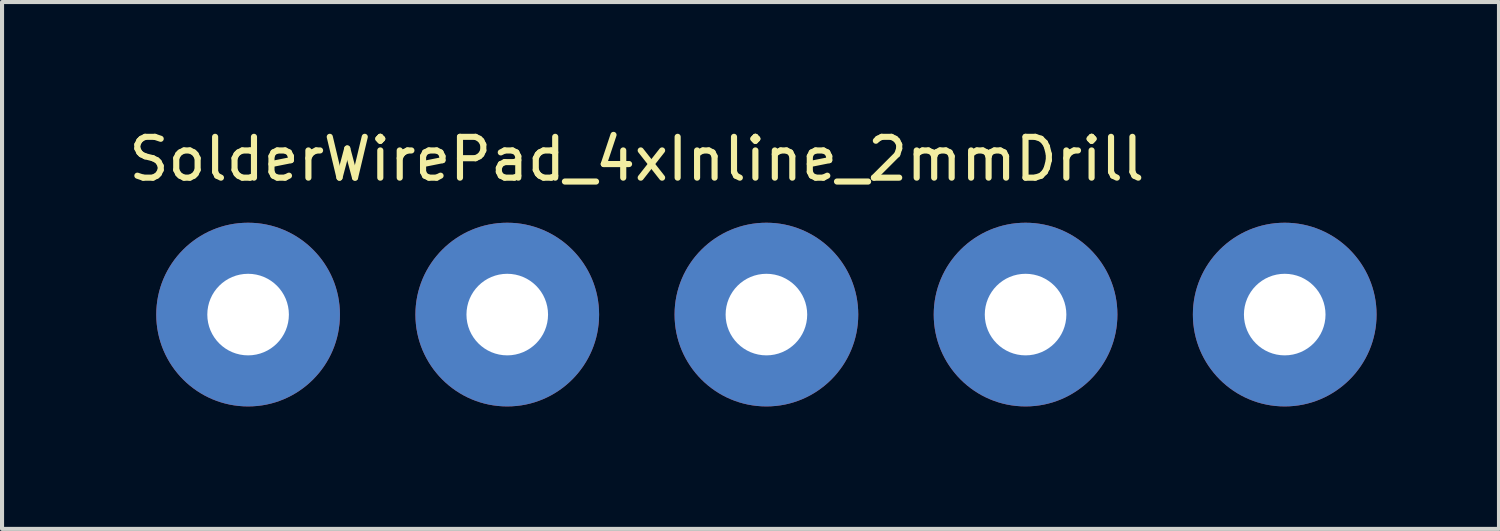
<source format=kicad_pcb>
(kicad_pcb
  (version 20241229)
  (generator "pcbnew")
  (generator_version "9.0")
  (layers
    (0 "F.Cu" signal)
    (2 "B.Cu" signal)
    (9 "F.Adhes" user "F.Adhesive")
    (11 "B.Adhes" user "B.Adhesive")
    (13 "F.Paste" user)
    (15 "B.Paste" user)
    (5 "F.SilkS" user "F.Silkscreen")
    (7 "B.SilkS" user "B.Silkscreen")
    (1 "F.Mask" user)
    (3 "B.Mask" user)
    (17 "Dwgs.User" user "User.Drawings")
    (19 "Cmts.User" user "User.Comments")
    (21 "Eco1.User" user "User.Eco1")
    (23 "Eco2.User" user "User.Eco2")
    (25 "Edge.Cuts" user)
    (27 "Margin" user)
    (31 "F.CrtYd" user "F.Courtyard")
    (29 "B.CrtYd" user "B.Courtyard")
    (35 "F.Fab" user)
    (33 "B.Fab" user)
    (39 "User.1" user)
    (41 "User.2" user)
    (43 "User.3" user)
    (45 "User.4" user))
  (footprint "SolderWirePad_4xInline_2mmDrill"
    (layer "F.Cu")
    (at 12.554 4.658)
    (property "Reference" "SolderWirePad_4xInline_2mmDrill" (at 0 -3.81 0) (layer "F.SilkS") (effects (font (size 1 1) (thickness 0.15))))
    (attr through_hole)
    (pad "1" thru_hole circle (at -9.525 0) (size 4.501 4.501) (drill 1.999) (layers "*.Cu" "*.Mask"))
    (pad "2" thru_hole circle (at -3.175 0) (size 4.501 4.501) (drill 1.999) (layers "*.Cu" "*.Mask"))
    (pad "3" thru_hole circle (at 3.175 0) (size 4.501 4.501) (drill 1.999) (layers "*.Cu" "*.Mask"))
    (pad "4" thru_hole circle (at 9.525 0) (size 4.501 4.501) (drill 1.999) (layers "*.Cu" "*.Mask"))
    (pad "5" thru_hole circle (at 15.875 0) (size 4.501 4.501) (drill 1.999) (layers "*.Cu" "*.Mask")))
  (gr_rect
    (start -3 -3)
    (end 33.679 9.909)
    (stroke (width 0.1) (type default))
    (fill no)
    (layer "Edge.Cuts")))
</source>
